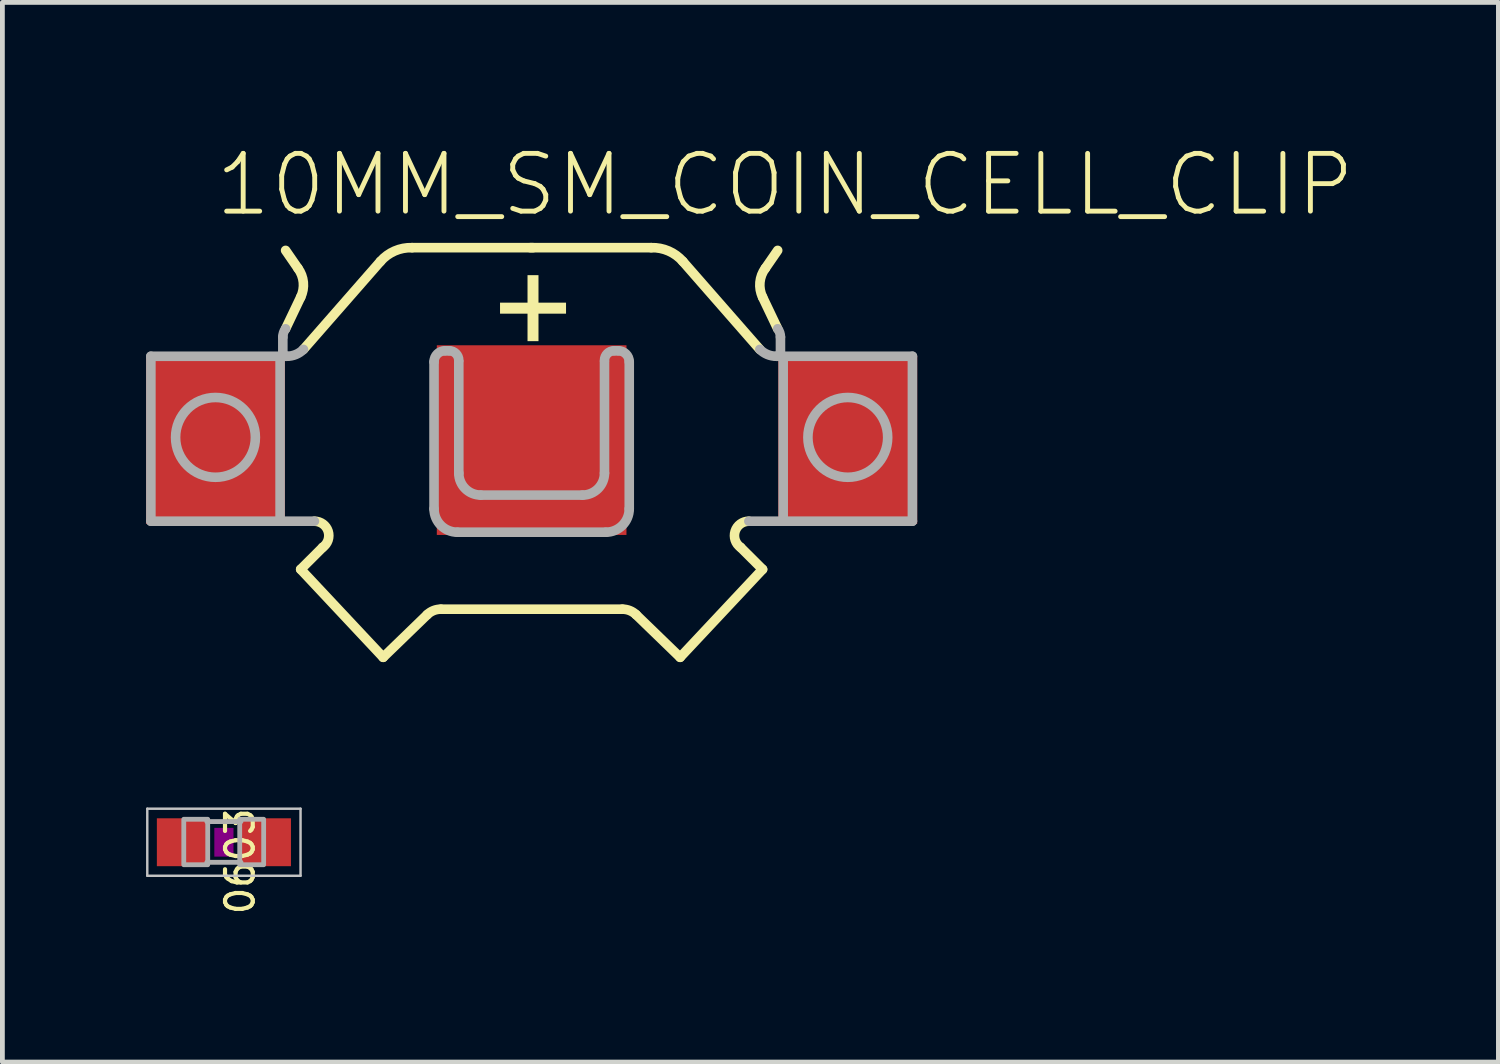
<source format=kicad_pcb>
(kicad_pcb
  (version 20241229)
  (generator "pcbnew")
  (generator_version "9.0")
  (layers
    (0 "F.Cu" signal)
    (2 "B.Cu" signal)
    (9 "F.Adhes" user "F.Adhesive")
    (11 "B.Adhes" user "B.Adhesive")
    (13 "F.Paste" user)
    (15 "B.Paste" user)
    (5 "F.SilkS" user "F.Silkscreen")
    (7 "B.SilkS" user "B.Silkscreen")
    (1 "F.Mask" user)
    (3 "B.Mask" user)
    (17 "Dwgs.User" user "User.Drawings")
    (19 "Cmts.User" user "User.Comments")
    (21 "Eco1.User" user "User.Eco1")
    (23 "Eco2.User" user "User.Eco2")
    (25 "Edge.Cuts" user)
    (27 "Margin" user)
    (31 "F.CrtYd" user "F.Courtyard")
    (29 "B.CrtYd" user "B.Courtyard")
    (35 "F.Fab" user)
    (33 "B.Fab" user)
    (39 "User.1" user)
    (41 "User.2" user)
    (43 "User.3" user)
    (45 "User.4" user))
  (footprint "0603"
    (layer "F.Cu")
    (at 1.625 14.535)
    (property "Reference" "0603" (at 0 -0.762 90) (layer "F.SilkS") (effects (font (size 0.579 0.579) (thickness 0.087)) (justify right top)))
    (attr through_hole)
    (fp_poly (pts (xy -0.2 0.3) (xy 0.2 0.3) (xy 0.2 -0.3) (xy -0.2 -0.3)) (stroke (width 0) (type solid)) (fill yes) (layer "F.Adhes"))
    (fp_line (start -1.6 -0.7) (end 1.6 -0.7) (stroke (width 0.051) (type solid)) (layer "Dwgs.User"))
    (fp_line (start -1.6 0.7) (end -1.6 -0.7) (stroke (width 0.051) (type solid)) (layer "Dwgs.User"))
    (fp_line (start 1.6 -0.7) (end 1.6 0.7) (stroke (width 0.051) (type solid)) (layer "Dwgs.User"))
    (fp_line (start 1.6 0.7) (end -1.6 0.7) (stroke (width 0.051) (type solid)) (layer "Dwgs.User"))
    (fp_line (start -0.356 -0.432) (end 0.356 -0.432) (stroke (width 0.102) (type solid)) (layer "F.Fab"))
    (fp_line (start -0.356 0.419) (end 0.356 0.419) (stroke (width 0.102) (type solid)) (layer "F.Fab"))
    (fp_poly (pts (xy -0.838 0.47) (xy -0.338 0.47) (xy -0.338 -0.48) (xy -0.838 -0.48)) (stroke (width 0.1) (type solid)) (fill no) (layer "F.Fab"))
    (fp_poly (pts (xy 0.33 0.47) (xy 0.83 0.47) (xy 0.83 -0.48) (xy 0.33 -0.48)) (stroke (width 0.1) (type solid)) (fill no) (layer "F.Fab"))
    (pad "1" smd rect (at -0.85 0) (size 1.1 1) (layers "F.Cu" "F.Mask" "F.Paste"))
    (pad "2" smd rect (at 0.85 0) (size 1.1 1) (layers "F.Cu" "F.Mask" "F.Paste")))
  (footprint "10MM_SM_COIN_CELL_CLIP"
    (layer "F.Cu")
    (at 8.05 6.139)
    (property "Reference" "10MM_SM_COIN_CELL_CLIP" (at -6.664 -4.628 0) (layer "F.SilkS") (effects (font (size 1.206 1.206) (thickness 0.102)) (justify left bottom)))
    (attr through_hole)
    (fp_line (start -5.137 -2.325) (end -4.822 -2.985) (stroke (width 0.2) (type solid)) (layer "F.SilkS"))
    (fp_line (start -4.879 -3.587) (end -5.137 -3.961) (stroke (width 0.2) (type solid)) (layer "F.SilkS"))
    (fp_line (start -4.822 2.698) (end -3.1 4.535) (stroke (width 0.2) (type solid)) (layer "F.SilkS"))
    (fp_line (start -4.764 -1.894) (end -3.157 -3.731) (stroke (width 0.2) (type solid)) (layer "F.SilkS"))
    (fp_line (start -4.362 2.239) (end -4.822 2.698) (stroke (width 0.2) (type solid)) (layer "F.SilkS"))
    (fp_line (start -3.1 4.535) (end -2.181 3.645) (stroke (width 0.2) (type solid)) (layer "F.SilkS"))
    (fp_line (start -2.497 -4.018) (end 0.029 -4.018) (stroke (width 0.2) (type solid)) (layer "F.SilkS"))
    (fp_line (start 1.894 3.53) (end -1.894 3.53) (stroke (width 0.2) (type solid)) (layer "F.SilkS"))
    (fp_line (start 2.497 -4.018) (end -0.029 -4.018) (stroke (width 0.2) (type solid)) (layer "F.SilkS"))
    (fp_line (start 3.1 4.535) (end 2.181 3.645) (stroke (width 0.2) (type solid)) (layer "F.SilkS"))
    (fp_line (start 4.362 2.239) (end 4.822 2.698) (stroke (width 0.2) (type solid)) (layer "F.SilkS"))
    (fp_line (start 4.764 -1.894) (end 3.157 -3.731) (stroke (width 0.2) (type solid)) (layer "F.SilkS"))
    (fp_line (start 4.822 2.698) (end 3.1 4.535) (stroke (width 0.2) (type solid)) (layer "F.SilkS"))
    (fp_line (start 4.879 -3.587) (end 5.137 -3.961) (stroke (width 0.2) (type solid)) (layer "F.SilkS"))
    (fp_line (start 5.137 -2.325) (end 4.822 -2.985) (stroke (width 0.2) (type solid)) (layer "F.SilkS"))
    (fp_arc (start -4.879001 -3.5875) (mid -4.766728 -3.294109) (end -4.8216 -2.9848) (stroke (width 0.2) (type solid)) (layer "F.SilkS"))
    (fp_arc (start -4.5346 1.6933) (mid -4.248679 1.902848) (end -4.3624 2.238599) (stroke (width 0.2) (type solid)) (layer "F.SilkS"))
    (fp_arc (start -3.157 -3.731) (mid -2.859178 -3.948624) (end -2.4969 -4.018) (stroke (width 0.2) (type solid)) (layer "F.SilkS"))
    (fp_arc (start -2.1812 3.6449) (mid -2.049008 3.55923) (end -1.8942 3.530099) (stroke (width 0.2) (type solid)) (layer "F.SilkS"))
    (fp_arc (start 1.8942 3.530099) (mid 2.049008 3.55923) (end 2.1812 3.6449) (stroke (width 0.2) (type solid)) (layer "F.SilkS"))
    (fp_arc (start 2.4969 -4.018) (mid 2.859178 -3.948624) (end 3.157 -3.731) (stroke (width 0.2) (type solid)) (layer "F.SilkS"))
    (fp_arc (start 4.3624 2.238599) (mid 4.248679 1.902848) (end 4.5346 1.6933) (stroke (width 0.2) (type solid)) (layer "F.SilkS"))
    (fp_arc (start 4.8216 -2.9848) (mid 4.766728 -3.294109) (end 4.879001 -3.5875) (stroke (width 0.2) (type solid)) (layer "F.SilkS"))
    (fp_poly (pts (xy -0.66 -2.64) (xy 0.718 -2.64) (xy 0.718 -2.87) (xy -0.66 -2.87)) (stroke (width 0) (type solid)) (fill yes) (layer "F.SilkS"))
    (fp_poly (pts (xy -0.086 -2.066) (xy 0.143 -2.066) (xy 0.143 -3.444) (xy -0.086 -3.444)) (stroke (width 0) (type solid)) (fill yes) (layer "F.SilkS"))
    (fp_line (start -7.95 -1.751) (end -7.95 1.693) (stroke (width 0.2) (type solid)) (layer "F.Fab"))
    (fp_line (start -7.95 -1.751) (end -5.109 -1.751) (stroke (width 0.2) (type solid)) (layer "F.Fab"))
    (fp_line (start -7.95 1.693) (end -4.535 1.693) (stroke (width 0.2) (type solid)) (layer "F.Fab"))
    (fp_line (start -5.252 1.607) (end -5.252 -1.693) (stroke (width 0.2) (type solid)) (layer "F.Fab"))
    (fp_line (start -5.195 -1.808) (end -5.195 -2.152) (stroke (width 0.2) (type solid)) (layer "F.Fab"))
    (fp_line (start -2.038 1.435) (end -2.038 -1.636) (stroke (width 0.2) (type solid)) (layer "F.Fab"))
    (fp_line (start -1.808 -1.865) (end -1.722 -1.865) (stroke (width 0.2) (type solid)) (layer "F.Fab"))
    (fp_line (start -1.55 1.923) (end 1.55 1.923) (stroke (width 0.2) (type solid)) (layer "F.Fab"))
    (fp_line (start -1.521 -1.636) (end -1.521 0.689) (stroke (width 0.2) (type solid)) (layer "F.Fab"))
    (fp_line (start 1.062 1.148) (end -1.062 1.148) (stroke (width 0.2) (type solid)) (layer "F.Fab"))
    (fp_line (start 1.521 -1.636) (end 1.521 0.689) (stroke (width 0.2) (type solid)) (layer "F.Fab"))
    (fp_line (start 1.808 -1.865) (end 1.722 -1.865) (stroke (width 0.2) (type solid)) (layer "F.Fab"))
    (fp_line (start 2.038 1.435) (end 2.038 -1.636) (stroke (width 0.2) (type solid)) (layer "F.Fab"))
    (fp_line (start 5.195 -1.808) (end 5.195 -2.152) (stroke (width 0.2) (type solid)) (layer "F.Fab"))
    (fp_line (start 5.252 1.607) (end 5.252 -1.693) (stroke (width 0.2) (type solid)) (layer "F.Fab"))
    (fp_line (start 7.95 -1.751) (end 5.109 -1.751) (stroke (width 0.2) (type solid)) (layer "F.Fab"))
    (fp_line (start 7.95 -1.751) (end 7.95 1.693) (stroke (width 0.2) (type solid)) (layer "F.Fab"))
    (fp_line (start 7.95 1.693) (end 4.535 1.693) (stroke (width 0.2) (type solid)) (layer "F.Fab"))
    (fp_arc (start -5.1947 -2.1525) (mid -5.179972 -2.243257) (end -5.1373 -2.3247) (stroke (width 0.2) (type solid)) (layer "F.Fab"))
    (fp_arc (start -4.7642 -1.8942) (mid -4.92205 -1.78801) (end -5.1086 -1.7507) (stroke (width 0.2) (type solid)) (layer "F.Fab"))
    (fp_arc (start -2.0377 -1.6359) (mid -1.970452 -1.798252) (end -1.8081 -1.8655) (stroke (width 0.2) (type solid)) (layer "F.Fab"))
    (fp_arc (start -1.722 -1.8655) (mid -1.579942 -1.806658) (end -1.5211 -1.6646) (stroke (width 0.2) (type solid)) (layer "F.Fab"))
    (fp_arc (start -1.5498 1.9229) (mid -1.894797 1.779997) (end -2.0377 1.435) (stroke (width 0.2) (type solid)) (layer "F.Fab"))
    (fp_arc (start -1.0619 1.148) (mid -1.386603 1.013503) (end -1.5211 0.6888) (stroke (width 0.2) (type solid)) (layer "F.Fab"))
    (fp_arc (start 1.5211 -1.6646) (mid 1.579942 -1.806658) (end 1.722 -1.8655) (stroke (width 0.2) (type solid)) (layer "F.Fab"))
    (fp_arc (start 1.5211 0.6888) (mid 1.386603 1.013503) (end 1.0619 1.148) (stroke (width 0.2) (type solid)) (layer "F.Fab"))
    (fp_arc (start 1.8081 -1.8655) (mid 1.970452 -1.798252) (end 2.0377 -1.6359) (stroke (width 0.2) (type solid)) (layer "F.Fab"))
    (fp_arc (start 2.0377 1.435) (mid 1.894797 1.779997) (end 1.5498 1.9229) (stroke (width 0.2) (type solid)) (layer "F.Fab"))
    (fp_arc (start 5.1086 -1.7507) (mid 4.92205 -1.78801) (end 4.7642 -1.8942) (stroke (width 0.2) (type solid)) (layer "F.Fab"))
    (fp_arc (start 5.1373 -2.3247) (mid 5.179972 -2.243257) (end 5.1947 -2.1525) (stroke (width 0.2) (type solid)) (layer "F.Fab"))
    (fp_circle (center -6.601 -0.057) (end -5.768 -0.057) (stroke (width 0.2) (type solid)) (fill no) (layer "F.Fab"))
    (fp_circle (center 6.601 -0.057) (end 7.434 -0.057) (stroke (width 0.2) (type solid)) (fill no) (layer "F.Fab"))
    (pad "+@1" smd rect (at -6.6 0) (size 2.9 3.5) (layers "F.Cu" "F.Mask" "F.Paste"))
    (pad "+@2" smd rect (at 6.6 0) (size 2.9 3.5) (layers "F.Cu" "F.Mask" "F.Paste"))
    (pad "-" smd rect (at 0 0) (size 3.96 3.96) (layers "F.Cu" "F.Mask" "F.Paste")))
  (gr_rect
    (start -3 -3)
    (end 28.235 19.124)
    (stroke (width 0.1) (type default))
    (fill no)
    (layer "Edge.Cuts")))
</source>
